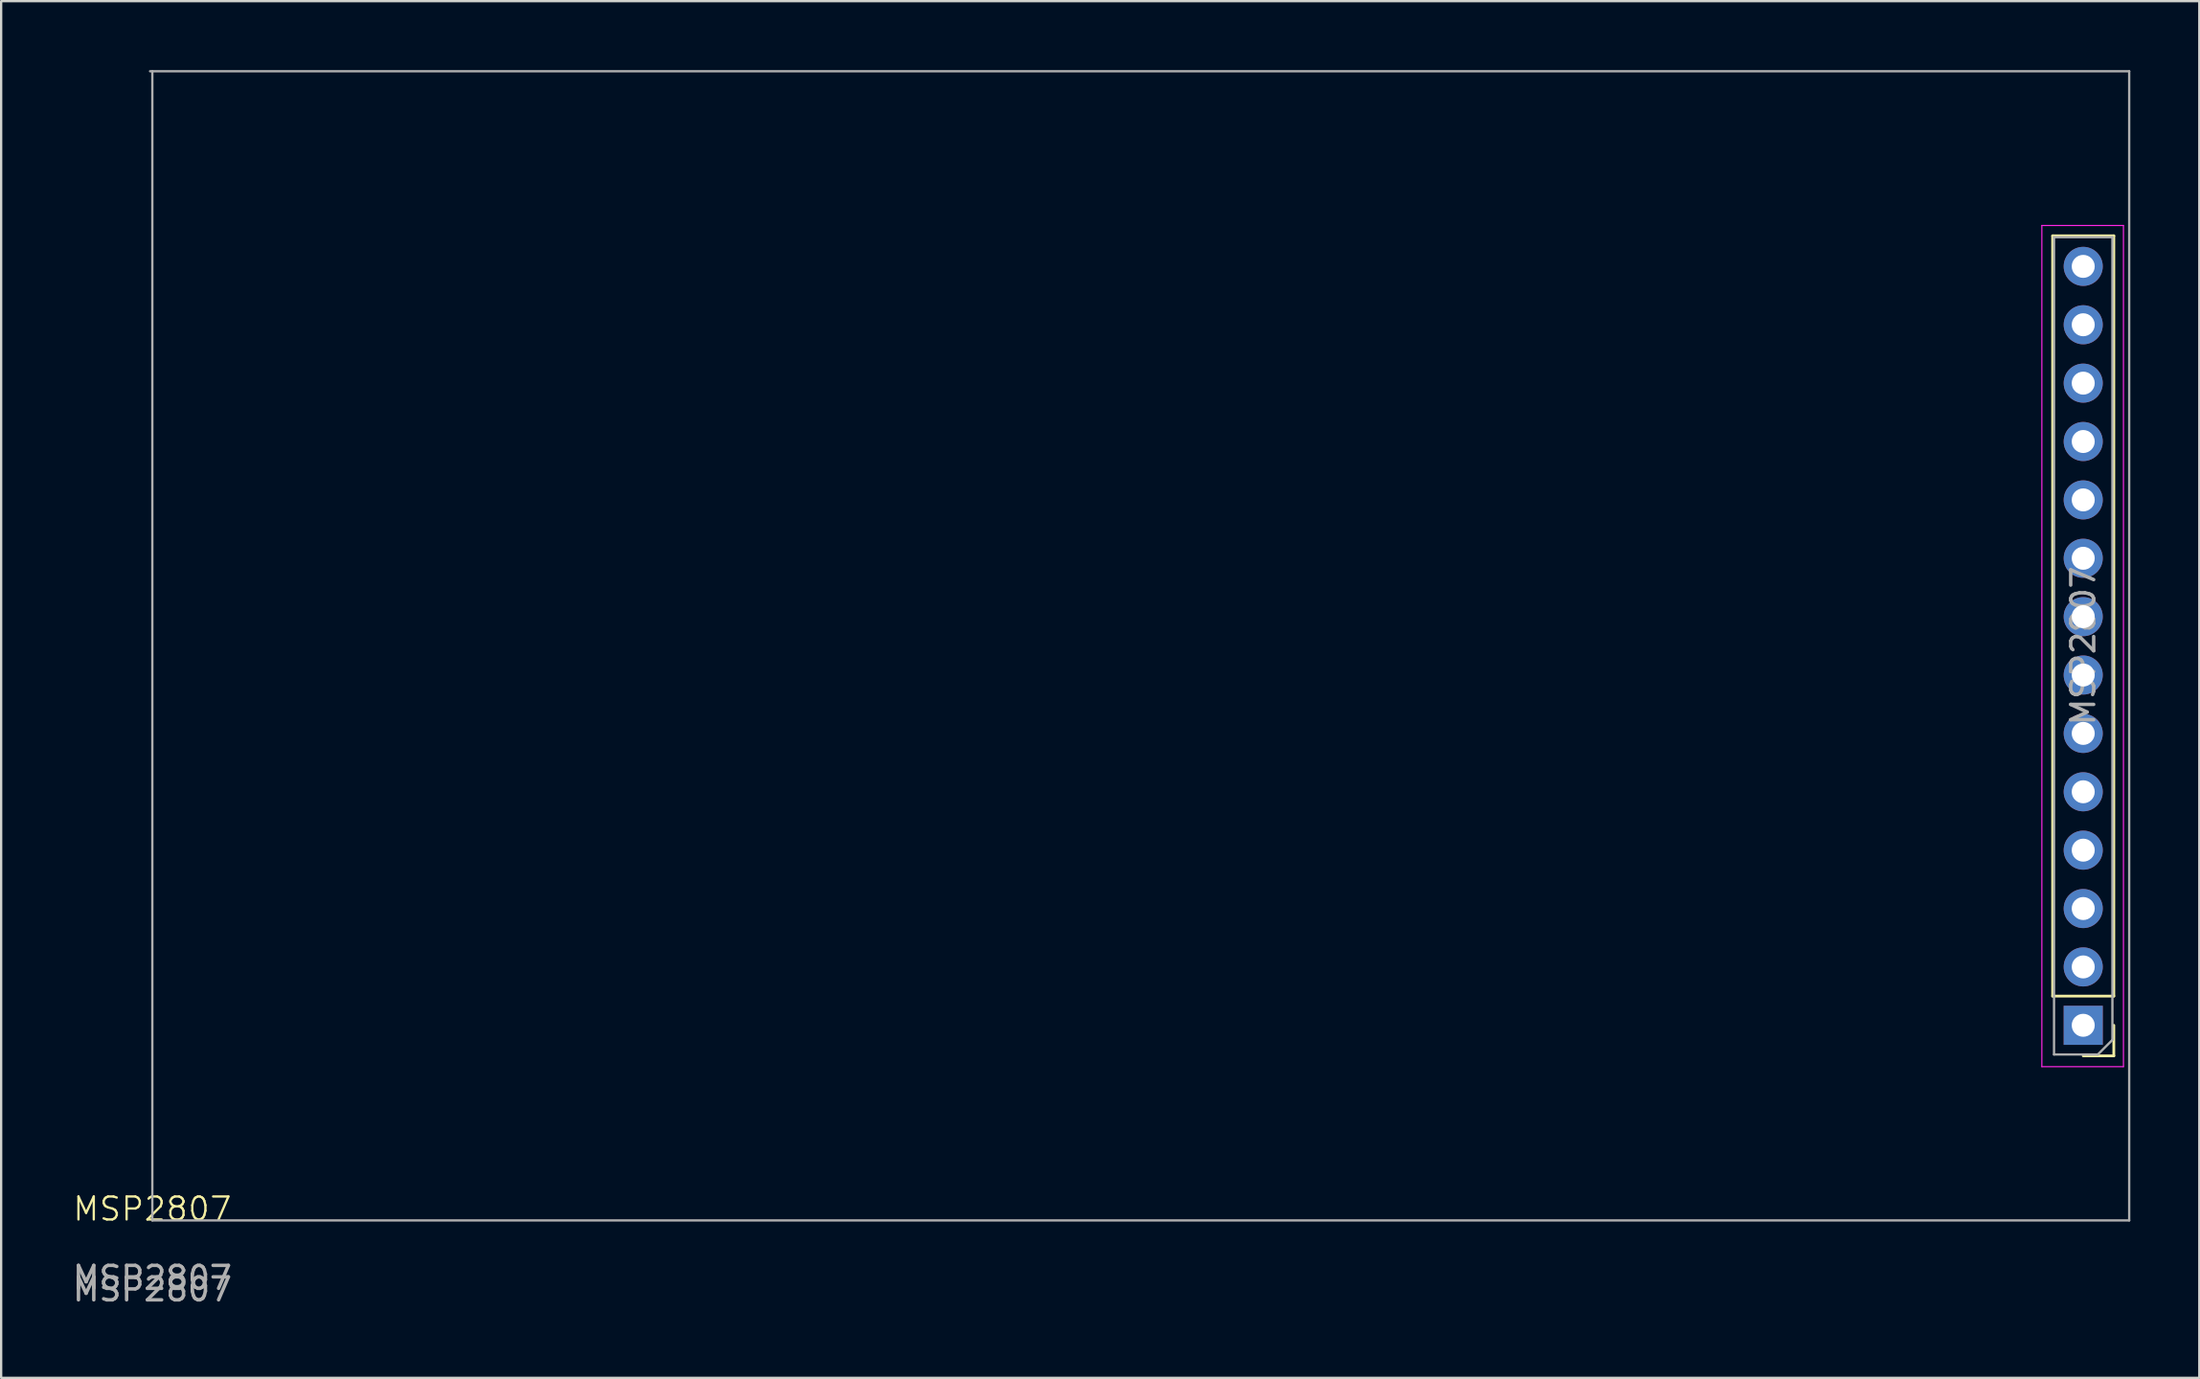
<source format=kicad_pcb>
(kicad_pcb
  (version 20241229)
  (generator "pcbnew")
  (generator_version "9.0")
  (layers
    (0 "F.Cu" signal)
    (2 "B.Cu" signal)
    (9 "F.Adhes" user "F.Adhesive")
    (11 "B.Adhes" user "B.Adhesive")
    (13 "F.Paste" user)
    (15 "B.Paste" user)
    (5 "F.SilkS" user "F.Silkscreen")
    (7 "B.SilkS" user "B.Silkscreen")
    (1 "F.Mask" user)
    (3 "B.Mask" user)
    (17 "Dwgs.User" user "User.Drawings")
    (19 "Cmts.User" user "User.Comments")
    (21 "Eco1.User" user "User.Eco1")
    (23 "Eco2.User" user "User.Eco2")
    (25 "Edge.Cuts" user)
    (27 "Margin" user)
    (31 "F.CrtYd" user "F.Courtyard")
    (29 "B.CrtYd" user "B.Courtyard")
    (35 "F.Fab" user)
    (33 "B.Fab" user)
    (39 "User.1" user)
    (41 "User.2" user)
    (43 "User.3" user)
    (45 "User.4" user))
  (footprint "MSP2807"
    (layer "F.Cu")
    (at 87.577 50.05)
    (property "Reference" "MSP2807" (at -84 -0.5 0) (unlocked yes) (layer "F.SilkS") (effects (font (size 1 1) (thickness 0.1))))
    (attr through_hole)
    (fp_line (start -1.33 -42.84) (end 1.33 -42.84) (stroke (width 0.12) (type solid)) (layer "F.SilkS"))
    (fp_line (start -1.33 -9.76) (end -1.33 -42.84) (stroke (width 0.12) (type solid)) (layer "F.SilkS"))
    (fp_line (start -1.33 -9.76) (end 1.33 -9.76) (stroke (width 0.12) (type solid)) (layer "F.SilkS"))
    (fp_line (start 0 -7.16) (end 1.33 -7.16) (stroke (width 0.12) (type solid)) (layer "F.SilkS"))
    (fp_line (start 1.33 -9.76) (end 1.33 -42.84) (stroke (width 0.12) (type solid)) (layer "F.SilkS"))
    (fp_line (start 1.33 -7.16) (end 1.33 -8.49) (stroke (width 0.12) (type solid)) (layer "F.SilkS"))
    (fp_line (start -1.8 -43.29) (end -1.8 -6.69) (stroke (width 0.05) (type solid)) (layer "F.CrtYd"))
    (fp_line (start -1.8 -6.69) (end 1.75 -6.69) (stroke (width 0.05) (type solid)) (layer "F.CrtYd"))
    (fp_line (start 1.75 -43.29) (end -1.8 -43.29) (stroke (width 0.05) (type solid)) (layer "F.CrtYd"))
    (fp_line (start 1.75 -6.69) (end 1.75 -43.29) (stroke (width 0.05) (type solid)) (layer "F.CrtYd"))
    (fp_line (start -84.1 -50) (end 2 -50) (stroke (width 0.1) (type default)) (layer "F.Fab"))
    (fp_line (start -84 -50) (end -84 0) (stroke (width 0.1) (type default)) (layer "F.Fab"))
    (fp_line (start -1.27 -42.78) (end -1.27 -7.22) (stroke (width 0.1) (type solid)) (layer "F.Fab"))
    (fp_line (start -1.27 -7.22) (end 0.635 -7.22) (stroke (width 0.1) (type solid)) (layer "F.Fab"))
    (fp_line (start 0.635 -7.22) (end 1.27 -7.855) (stroke (width 0.1) (type solid)) (layer "F.Fab"))
    (fp_line (start 1.27 -42.78) (end -1.27 -42.78) (stroke (width 0.1) (type solid)) (layer "F.Fab"))
    (fp_line (start 1.27 -7.855) (end 1.27 -42.78) (stroke (width 0.1) (type solid)) (layer "F.Fab"))
    (fp_line (start 2 -50) (end 2 0) (stroke (width 0.1) (type default)) (layer "F.Fab"))
    (fp_line (start 2 0) (end -84 0) (stroke (width 0.1) (type default)) (layer "F.Fab"))
    (fp_text user "${REFERENCE}" (at -84 3 0) (unlocked yes) (layer "F.Fab") (effects (font (size 1 1) (thickness 0.15))))
    (fp_text user "${REFERENCE}" (at 0 -25 90) (layer "F.Fab") (effects (font (size 1 1) (thickness 0.15))))
    (fp_text user "${REFERENCE}" (at -84 2.5 0) (unlocked yes) (layer "F.Fab") (effects (font (size 1 1) (thickness 0.15))))
    (pad "1" thru_hole rect (at 0 -8.49) (size 1.7 1.7) (drill 1) (layers "*.Cu" "*.Mask"))
    (pad "2" thru_hole oval (at 0 -11.03) (size 1.7 1.7) (drill 1) (layers "*.Cu" "*.Mask"))
    (pad "3" thru_hole oval (at 0 -13.57) (size 1.7 1.7) (drill 1) (layers "*.Cu" "*.Mask"))
    (pad "4" thru_hole oval (at 0 -16.11) (size 1.7 1.7) (drill 1) (layers "*.Cu" "*.Mask"))
    (pad "5" thru_hole oval (at 0 -18.65) (size 1.7 1.7) (drill 1) (layers "*.Cu" "*.Mask"))
    (pad "6" thru_hole oval (at 0 -21.19) (size 1.7 1.7) (drill 1) (layers "*.Cu" "*.Mask"))
    (pad "7" thru_hole oval (at 0 -23.73) (size 1.7 1.7) (drill 1) (layers "*.Cu" "*.Mask"))
    (pad "8" thru_hole oval (at 0 -26.27) (size 1.7 1.7) (drill 1) (layers "*.Cu" "*.Mask"))
    (pad "9" thru_hole oval (at 0 -28.81) (size 1.7 1.7) (drill 1) (layers "*.Cu" "*.Mask"))
    (pad "10" thru_hole oval (at 0 -31.35) (size 1.7 1.7) (drill 1) (layers "*.Cu" "*.Mask"))
    (pad "11" thru_hole oval (at 0 -33.89) (size 1.7 1.7) (drill 1) (layers "*.Cu" "*.Mask"))
    (pad "12" thru_hole oval (at 0 -36.43) (size 1.7 1.7) (drill 1) (layers "*.Cu" "*.Mask"))
    (pad "13" thru_hole oval (at 0 -38.97) (size 1.7 1.7) (drill 1) (layers "*.Cu" "*.Mask"))
    (pad "14" thru_hole oval (at 0 -41.51) (size 1.7 1.7) (drill 1) (layers "*.Cu" "*.Mask")))
  (gr_rect
    (start -3 -3)
    (end 92.627 56.898)
    (stroke (width 0.1) (type default))
    (fill no)
    (layer "Edge.Cuts")))
</source>
